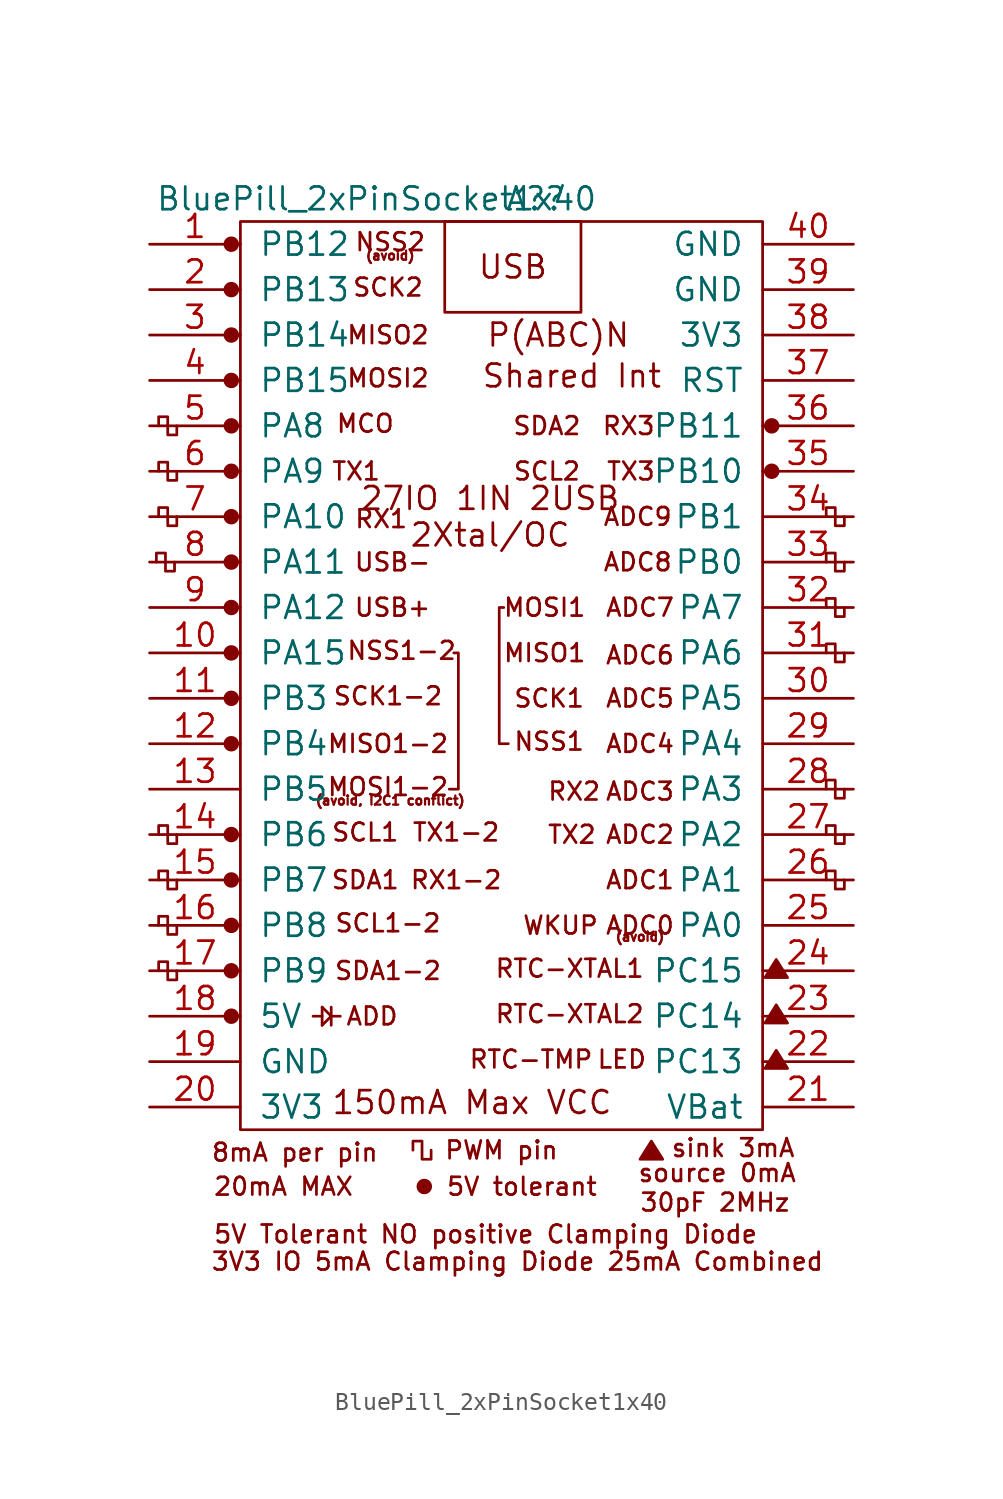
<source format=kicad_sym>
(kicad_symbol_lib
  (version 20231120)
  (generator "kicad_symbol_editor")
  (generator_version "8.0")
  (symbol "BluePill_2xPinSocket1x40"
    (pin_names
      (offset 1.016))
    (property "Reference" "A?"
      (at 16.51 1.27 0)
      (effects (font (size 1.27 1.27))))
    (property "Value" "BluePill_2xPinSocket1x40"
      (at 7.62 1.27 0)
      (effects (font (size 1.27 1.27))))
    (symbol "BluePill_2xPinSocket1x40_0_0"
      (circle (center -0.508 -44.45) (radius 0.356) (stroke (width 0) (type default)) (fill (type outline)))
      (circle (center -0.508 -41.91) (radius 0.356) (stroke (width 0) (type default)) (fill (type outline)))
      (circle (center -0.508 -39.37) (radius 0.356) (stroke (width 0) (type default)) (fill (type outline)))
      (circle (center -0.508 -36.83) (radius 0.356) (stroke (width 0) (type default)) (fill (type outline)))
      (circle (center -0.508 -34.29) (radius 0.356) (stroke (width 0) (type default)) (fill (type outline)))
      (circle (center -0.508 -29.21) (radius 0.356) (stroke (width 0) (type default)) (fill (type outline)))
      (circle (center -0.508 -26.67) (radius 0.356) (stroke (width 0) (type default)) (fill (type outline)))
      (circle (center -0.508 -24.13) (radius 0.356) (stroke (width 0) (type default)) (fill (type outline)))
      (circle (center -0.508 -21.59) (radius 0.356) (stroke (width 0) (type default)) (fill (type outline)))
      (circle (center -0.508 -19.05) (radius 0.356) (stroke (width 0) (type default)) (fill (type outline)))
      (circle (center -0.508 -16.51) (radius 0.356) (stroke (width 0) (type default)) (fill (type outline)))
      (circle (center -0.508 -13.97) (radius 0.356) (stroke (width 0) (type default)) (fill (type outline)))
      (circle (center -0.508 -11.43) (radius 0.356) (stroke (width 0) (type default)) (fill (type outline)))
      (circle (center -0.508 -8.89) (radius 0.356) (stroke (width 0) (type default)) (fill (type outline)))
      (circle (center -0.508 -6.35) (radius 0.356) (stroke (width 0) (type default)) (fill (type outline)))
      (circle (center -0.508 -1.27) (radius 0.356) (stroke (width 0) (type default)) (fill (type outline)))
      (polyline (pts (xy 22.352 -52.451) (xy 22.987 -51.435) (xy 23.622 -52.451) (xy 22.352 -52.451) (xy 22.987 -51.562) (xy 23.495 -52.451) (xy 22.479 -52.324) (xy 22.987 -51.689) (xy 23.368 -52.451) (xy 22.606 -52.197) (xy 23.114 -51.816) (xy 23.241 -52.451) (xy 22.733 -52.07) (xy 23.241 -51.943) (xy 23.114 -52.324) (xy 22.86 -52.07) (xy 23.114 -52.197) (xy 22.987 -51.943)) (stroke (width 0) (type default)) (fill (type none)))
      (polyline (pts (xy 29.337 -47.371) (xy 29.972 -46.355) (xy 30.607 -47.371) (xy 29.337 -47.371) (xy 29.972 -46.482) (xy 30.48 -47.371) (xy 29.464 -47.244) (xy 29.972 -46.609) (xy 30.353 -47.371) (xy 29.591 -47.117) (xy 30.099 -46.736) (xy 30.226 -47.371) (xy 29.718 -46.99) (xy 30.226 -46.863) (xy 30.099 -47.244) (xy 29.845 -46.99) (xy 30.099 -47.117) (xy 29.972 -46.863)) (stroke (width 0) (type default)) (fill (type none)))
      (polyline (pts (xy 29.337 -44.831) (xy 29.972 -43.815) (xy 30.607 -44.831) (xy 29.337 -44.831) (xy 29.972 -43.942) (xy 30.48 -44.831) (xy 29.464 -44.704) (xy 29.972 -44.069) (xy 30.353 -44.831) (xy 29.591 -44.577) (xy 30.099 -44.196) (xy 30.226 -44.831) (xy 29.718 -44.45) (xy 30.226 -44.323) (xy 30.099 -44.704) (xy 29.845 -44.45) (xy 30.099 -44.577) (xy 29.972 -44.323)) (stroke (width 0) (type default)) (fill (type none)))
      (polyline (pts (xy 29.337 -42.291) (xy 29.972 -41.275) (xy 30.607 -42.291) (xy 29.337 -42.291) (xy 29.972 -41.402) (xy 30.48 -42.291) (xy 29.464 -42.164) (xy 29.972 -41.529) (xy 30.353 -42.291) (xy 29.591 -42.037) (xy 30.099 -41.656) (xy 30.226 -42.291) (xy 29.718 -41.91) (xy 30.226 -41.783) (xy 30.099 -42.164) (xy 29.845 -41.91) (xy 30.099 -42.037) (xy 29.972 -41.783)) (stroke (width 0) (type default)) (fill (type none)))
      (rectangle (start 0 0) (end 29.21 -50.8) (stroke (width 0) (type default)) (fill (type none)))
      (circle (center 10.287 -53.975) (radius 0.127) (stroke (width 0) (type default)) (fill (type outline)))
      (circle (center 10.287 -53.975) (radius 0.254) (stroke (width 0) (type default)) (fill (type none)))
      (circle (center 10.287 -53.975) (radius 0.356) (stroke (width 0) (type default)) (fill (type none)))
      (circle (center 29.718 -13.97) (radius 0.254) (stroke (width 0) (type default)) (fill (type outline)))
      (circle (center 29.718 -13.97) (radius 0.356) (stroke (width 0) (type default)) (fill (type none)))
      (circle (center 29.718 -11.43) (radius 0.254) (stroke (width 0) (type default)) (fill (type outline)))
      (circle (center 29.718 -11.43) (radius 0.356) (stroke (width 0) (type default)) (fill (type none)))
      (text "30pF 2MHz" (at 26.543 -54.864 0) (effects (font (size 0.991 0.991))))
      (text "5V tolerant" (at 15.748 -53.975 0) (effects (font (size 0.991 0.991))))
      (text "ADC0" (at 22.352 -39.37 0) (effects (font (size 0.991 0.991))))
      (text "ADC1" (at 22.352 -36.83 0) (effects (font (size 0.991 0.991))))
      (text "ADC2" (at 22.352 -34.29 0) (effects (font (size 0.991 0.991))))
      (text "ADC3" (at 22.352 -31.877 0) (effects (font (size 0.991 0.991))))
      (text "ADC4" (at 22.352 -29.21 0) (effects (font (size 0.991 0.991))))
      (text "ADC8" (at 22.225 -19.05 0) (effects (font (size 0.991 0.991))))
      (text "ADC9" (at 22.225 -16.51 0) (effects (font (size 0.991 0.991))))
      (text "LED" (at 21.336 -46.863 0) (effects (font (size 0.991 0.991))))
      (text "MISO1" (at 17.018 -24.13 0) (effects (font (size 0.991 0.991))))
      (text "MOSI1" (at 17.018 -21.59 0) (effects (font (size 0.991 0.991))))
      (text "NSS1-2" (at 9.017 -24.003 0) (effects (font (size 0.991 0.991))))
      (text "P(ABC)N" (at 17.78 -6.35 0) (effects (font (size 1.27 1.27))))
      (text "PWM pin" (at 14.605 -51.943 0) (effects (font (size 0.991 0.991))))
      (text "RX1" (at 7.874 -16.637 0) (effects (font (size 0.991 0.991))))
      (text "RX2" (at 18.669 -31.877 0) (effects (font (size 0.991 0.991))))
      (text "RX3" (at 21.717 -11.43 0) (effects (font (size 0.991 0.991))))
      (text "SCK1" (at 17.272 -26.67 0) (effects (font (size 0.991 0.991))))
      (text "SCL1" (at 6.985 -34.163 0) (effects (font (size 0.991 0.991))))
      (text "SDA1" (at 6.985 -36.83 0) (effects (font (size 0.991 0.991))))
      (text "Shared Int" (at 18.542 -8.636 0) (effects (font (size 1.27 1.27))))
      (text "sink 3mA" (at 27.559 -51.816 0) (effects (font (size 0.991 0.991))))
      (text "source 0mA" (at 26.67 -53.213 0) (effects (font (size 0.991 0.991))))
      (text "TX1" (at 6.477 -13.97 0) (effects (font (size 0.991 0.991))))
      (text "TX2" (at 18.542 -34.29 0) (effects (font (size 0.991 0.991))))
      (text "TX3" (at 21.844 -13.97 0) (effects (font (size 0.991 0.991))))
      (text "USB" (at 15.24 -2.54 0) (effects (font (size 1.27 1.27))))
      (text "USB+" (at 8.509 -21.59 0) (effects (font (size 0.991 0.991))))
      (text "USB-" (at 8.509 -19.05 0) (effects (font (size 0.991 0.991)))))
    (symbol "BluePill_2xPinSocket1x40_0_1"
      (polyline (pts (xy 11.938 -24.13) (xy 12.192 -24.13) (xy 12.192 -31.75) (xy 11.684 -31.75)) (stroke (width 0) (type default)) (fill (type none)))
      (polyline (pts (xy 14.732 -21.59) (xy 14.478 -21.59) (xy 14.478 -29.21) (xy 14.986 -29.21)) (stroke (width 0) (type default)) (fill (type none)))
      (polyline (pts (xy -3.683 -19.05) (xy -3.683 -19.558) (xy -4.191 -19.558) (xy -4.191 -18.542) (xy -4.699 -18.542) (xy -4.699 -19.05)) (stroke (width 0) (type default)) (fill (type none)))
      (polyline (pts (xy -3.556 -41.91) (xy -3.556 -42.418) (xy -4.064 -42.418) (xy -4.064 -41.402) (xy -4.572 -41.402) (xy -4.572 -41.91)) (stroke (width 0) (type default)) (fill (type none)))
      (polyline (pts (xy -3.556 -39.37) (xy -3.556 -39.878) (xy -4.064 -39.878) (xy -4.064 -38.862) (xy -4.572 -38.862) (xy -4.572 -39.37)) (stroke (width 0) (type default)) (fill (type none)))
      (polyline (pts (xy -3.556 -36.83) (xy -3.556 -37.338) (xy -4.064 -37.338) (xy -4.064 -36.322) (xy -4.572 -36.322) (xy -4.572 -36.83)) (stroke (width 0) (type default)) (fill (type none)))
      (polyline (pts (xy -3.556 -34.29) (xy -3.556 -34.798) (xy -4.064 -34.798) (xy -4.064 -33.782) (xy -4.572 -33.782) (xy -4.572 -34.29)) (stroke (width 0) (type default)) (fill (type none)))
      (polyline (pts (xy -3.556 -16.51) (xy -3.556 -17.018) (xy -4.064 -17.018) (xy -4.064 -16.002) (xy -4.572 -16.002) (xy -4.572 -16.51)) (stroke (width 0) (type default)) (fill (type none)))
      (polyline (pts (xy -3.556 -13.97) (xy -3.556 -14.478) (xy -4.064 -14.478) (xy -4.064 -13.462) (xy -4.572 -13.462) (xy -4.572 -13.97)) (stroke (width 0) (type default)) (fill (type none)))
      (polyline (pts (xy -3.556 -11.43) (xy -3.556 -11.938) (xy -4.064 -11.938) (xy -4.064 -10.922) (xy -4.572 -10.922) (xy -4.572 -11.43)) (stroke (width 0) (type default)) (fill (type none)))
      (polyline (pts (xy 10.668 -51.943) (xy 10.668 -52.451) (xy 10.16 -52.451) (xy 10.16 -51.435) (xy 9.652 -51.435) (xy 9.652 -51.943)) (stroke (width 0) (type default)) (fill (type none)))
      (polyline (pts (xy 33.782 -36.83) (xy 33.782 -37.338) (xy 33.274 -37.338) (xy 33.274 -36.322) (xy 32.766 -36.322) (xy 32.766 -36.83)) (stroke (width 0) (type default)) (fill (type none)))
      (polyline (pts (xy 33.782 -34.29) (xy 33.782 -34.798) (xy 33.274 -34.798) (xy 33.274 -33.782) (xy 32.766 -33.782) (xy 32.766 -34.29)) (stroke (width 0) (type default)) (fill (type none)))
      (polyline (pts (xy 33.782 -31.75) (xy 33.782 -32.258) (xy 33.274 -32.258) (xy 33.274 -31.242) (xy 32.766 -31.242) (xy 32.766 -31.75)) (stroke (width 0) (type default)) (fill (type none)))
      (polyline (pts (xy 33.782 -24.13) (xy 33.782 -24.638) (xy 33.274 -24.638) (xy 33.274 -23.622) (xy 32.766 -23.622) (xy 32.766 -24.13)) (stroke (width 0) (type default)) (fill (type none)))
      (polyline (pts (xy 33.782 -21.59) (xy 33.782 -22.098) (xy 33.274 -22.098) (xy 33.274 -21.082) (xy 32.766 -21.082) (xy 32.766 -21.59)) (stroke (width 0) (type default)) (fill (type none)))
      (polyline (pts (xy 33.782 -19.05) (xy 33.782 -19.558) (xy 33.274 -19.558) (xy 33.274 -18.542) (xy 32.766 -18.542) (xy 32.766 -19.05)) (stroke (width 0) (type default)) (fill (type none)))
      (polyline (pts (xy 33.782 -16.51) (xy 33.782 -17.018) (xy 33.274 -17.018) (xy 33.274 -16.002) (xy 32.766 -16.002) (xy 32.766 -16.51)) (stroke (width 0) (type default)) (fill (type none)))
      (rectangle (start 19.05 0) (end 11.43 -5.08) (stroke (width 0) (type default)) (fill (type none))))
    (symbol "BluePill_2xPinSocket1x40_1_1"
      (circle (center -0.508 -3.81) (radius 0.356) (stroke (width 0) (type default)) (fill (type outline)))
      (polyline (pts (xy 4.572 -44.958) (xy 4.572 -43.942)) (stroke (width 0) (type default)) (fill (type none)))
      (polyline (pts (xy 4.572 -44.45) (xy 4.064 -44.45)) (stroke (width 0) (type default)) (fill (type none)))
      (polyline (pts (xy 5.08 -44.958) (xy 5.08 -43.942)) (stroke (width 0) (type default)) (fill (type none)))
      (polyline (pts (xy 5.08 -44.45) (xy 5.588 -44.45)) (stroke (width 0) (type default)) (fill (type none)))
      (polyline (pts (xy 4.572 -44.958) (xy 5.08 -44.45) (xy 4.572 -43.942)) (stroke (width 0) (type default)) (fill (type none)))
      (text "(avoid)" (at 8.382 -1.905 0) (effects (font (size 0.508 0.508))))
      (text "(avoid)" (at 22.352 -40.005 0) (effects (font (size 0.508 0.508))))
      (text "(avoid, I2C1 conflict)" (at 8.382 -32.385 0) (effects (font (size 0.508 0.508))))
      (text "150mA Max VCC" (at 12.954 -49.276 0) (effects (font (size 1.27 1.27))))
      (text "20mA MAX" (at 2.413 -53.975 0) (effects (font (size 0.991 0.991))))
      (text "27IO 1IN 2USB\n2Xtal/OC" (at 13.97 -16.51 0) (effects (font (size 1.27 1.27))))
      (text "3V3 IO 5mA Clamping Diode 25mA Combined" (at 15.494 -58.166 0) (effects (font (size 0.991 0.991))))
      (text "5V Tolerant NO positive Clamping Diode" (at 13.716 -56.642 0) (effects (font (size 0.991 0.991))))
      (text "8mA per pin" (at 3.048 -52.07 0) (effects (font (size 0.991 0.991))))
      (text "ADC5" (at 22.352 -26.67 0) (effects (font (size 0.991 0.991))))
      (text "ADC6" (at 22.352 -24.257 0) (effects (font (size 0.991 0.991))))
      (text "ADC7" (at 22.352 -21.59 0) (effects (font (size 0.991 0.991))))
      (text "ADD" (at 7.366 -44.45 0) (effects (font (size 0.991 0.991))))
      (text "MCO" (at 6.985 -11.303 0) (effects (font (size 0.991 0.991))))
      (text "MISO1-2" (at 8.255 -29.21 0) (effects (font (size 0.991 0.991))))
      (text "MISO2" (at 8.255 -6.35 0) (effects (font (size 0.991 0.991))))
      (text "MOSI1-2" (at 8.255 -31.623 0) (effects (font (size 0.991 0.991))))
      (text "MOSI2" (at 8.255 -8.763 0) (effects (font (size 0.991 0.991))))
      (text "NSS1" (at 17.272 -29.083 0) (effects (font (size 0.991 0.991))))
      (text "NSS2" (at 8.382 -1.143 0) (effects (font (size 0.991 0.991))))
      (text "RTC-TMP" (at 16.256 -46.863 0) (effects (font (size 0.991 0.991))))
      (text "RTC-XTAL1" (at 18.415 -41.783 0) (effects (font (size 0.991 0.991))))
      (text "RTC-XTAL2" (at 18.415 -44.323 0) (effects (font (size 0.991 0.991))))
      (text "RX1-2" (at 12.065 -36.83 0) (effects (font (size 0.991 0.991))))
      (text "SCK1-2" (at 8.255 -26.543 0) (effects (font (size 0.991 0.991))))
      (text "SCK2" (at 8.255 -3.683 0) (effects (font (size 0.991 0.991))))
      (text "SCL1-2" (at 8.255 -39.243 0) (effects (font (size 0.991 0.991))))
      (text "SCL2" (at 17.145 -13.97 0) (effects (font (size 0.991 0.991))))
      (text "SDA1-2" (at 8.255 -41.91 0) (effects (font (size 0.991 0.991))))
      (text "SDA2" (at 17.145 -11.43 0) (effects (font (size 0.991 0.991))))
      (text "TX1-2" (at 12.065 -34.163 0) (effects (font (size 0.991 0.991))))
      (text "WKUP" (at 17.907 -39.37 0) (effects (font (size 0.991 0.991))))
      (pin bidirectional line (at -5.08 -1.27 0) (length 5.08) (name "PB12" (effects (font (size 1.27 1.27)))) (number "1" (effects (font (size 1.27 1.27)))))
      (pin bidirectional line (at -5.08 -24.13 0) (length 5.08) (name "PA15" (effects (font (size 1.27 1.27)))) (number "10" (effects (font (size 1.27 1.27)))))
      (pin bidirectional line (at -5.08 -26.67 0) (length 5.08) (name "PB3" (effects (font (size 1.27 1.27)))) (number "11" (effects (font (size 1.27 1.27)))))
      (pin bidirectional line (at -5.08 -29.21 0) (length 5.08) (name "PB4" (effects (font (size 1.27 1.27)))) (number "12" (effects (font (size 1.27 1.27)))))
      (pin bidirectional line (at -5.08 -31.75 0) (length 5.08) (name "PB5" (effects (font (size 1.27 1.27)))) (number "13" (effects (font (size 1.27 1.27)))))
      (pin bidirectional line (at -5.08 -34.29 0) (length 5.08) (name "PB6" (effects (font (size 1.27 1.27)))) (number "14" (effects (font (size 1.27 1.27)))))
      (pin bidirectional line (at -5.08 -36.83 0) (length 5.08) (name "PB7" (effects (font (size 1.27 1.27)))) (number "15" (effects (font (size 1.27 1.27)))))
      (pin bidirectional line (at -5.08 -39.37 0) (length 5.08) (name "PB8" (effects (font (size 1.27 1.27)))) (number "16" (effects (font (size 1.27 1.27)))))
      (pin bidirectional line (at -5.08 -41.91 0) (length 5.08) (name "PB9" (effects (font (size 1.27 1.27)))) (number "17" (effects (font (size 1.27 1.27)))))
      (pin power_in line (at -5.08 -44.45 0) (length 5.08) (name "5V" (effects (font (size 1.27 1.27)))) (number "18" (effects (font (size 1.27 1.27)))))
      (pin power_in line (at -5.08 -46.99 0) (length 5.08) (name "GND" (effects (font (size 1.27 1.27)))) (number "19" (effects (font (size 1.27 1.27)))))
      (pin bidirectional line (at -5.08 -3.81 0) (length 5.08) (name "PB13" (effects (font (size 1.27 1.27)))) (number "2" (effects (font (size 1.27 1.27)))))
      (pin power_out line (at -5.08 -49.53 0) (length 5.08) (name "3V3" (effects (font (size 1.27 1.27)))) (number "20" (effects (font (size 1.27 1.27)))))
      (pin input line (at 34.29 -49.53 180) (length 5.08) (name "VBat" (effects (font (size 1.27 1.27)))) (number "21" (effects (font (size 1.27 1.27)))))
      (pin open_collector line (at 34.29 -46.99 180) (length 5.08) (name "PC13" (effects (font (size 1.27 1.27)))) (number "22" (effects (font (size 1.27 1.27)))))
      (pin open_collector line (at 34.29 -44.45 180) (length 5.08) (name "PC14" (effects (font (size 1.27 1.27)))) (number "23" (effects (font (size 1.27 1.27)))))
      (pin open_collector line (at 34.29 -41.91 180) (length 5.08) (name "PC15" (effects (font (size 1.27 1.27)))) (number "24" (effects (font (size 1.27 1.27)))))
      (pin bidirectional line (at 34.29 -39.37 180) (length 5.08) (name "PA0" (effects (font (size 1.27 1.27)))) (number "25" (effects (font (size 1.27 1.27)))))
      (pin bidirectional line (at 34.29 -36.83 180) (length 5.08) (name "PA1" (effects (font (size 1.27 1.27)))) (number "26" (effects (font (size 1.27 1.27)))))
      (pin bidirectional line (at 34.29 -34.29 180) (length 5.08) (name "PA2" (effects (font (size 1.27 1.27)))) (number "27" (effects (font (size 1.27 1.27)))))
      (pin bidirectional line (at 34.29 -31.75 180) (length 5.08) (name "PA3" (effects (font (size 1.27 1.27)))) (number "28" (effects (font (size 1.27 1.27)))))
      (pin bidirectional line (at 34.29 -29.21 180) (length 5.08) (name "PA4" (effects (font (size 1.27 1.27)))) (number "29" (effects (font (size 1.27 1.27)))))
      (pin bidirectional line (at -5.08 -6.35 0) (length 5.08) (name "PB14" (effects (font (size 1.27 1.27)))) (number "3" (effects (font (size 1.27 1.27)))))
      (pin bidirectional line (at 34.29 -26.67 180) (length 5.08) (name "PA5" (effects (font (size 1.27 1.27)))) (number "30" (effects (font (size 1.27 1.27)))))
      (pin bidirectional line (at 34.29 -24.13 180) (length 5.08) (name "PA6" (effects (font (size 1.27 1.27)))) (number "31" (effects (font (size 1.27 1.27)))))
      (pin bidirectional line (at 34.29 -21.59 180) (length 5.08) (name "PA7" (effects (font (size 1.27 1.27)))) (number "32" (effects (font (size 1.27 1.27)))))
      (pin bidirectional line (at 34.29 -19.05 180) (length 5.08) (name "PB0" (effects (font (size 1.27 1.27)))) (number "33" (effects (font (size 1.27 1.27)))))
      (pin bidirectional line (at 34.29 -16.51 180) (length 5.08) (name "PB1" (effects (font (size 1.27 1.27)))) (number "34" (effects (font (size 1.27 1.27)))))
      (pin bidirectional line (at 34.29 -13.97 180) (length 5.08) (name "PB10" (effects (font (size 1.27 1.27)))) (number "35" (effects (font (size 1.27 1.27)))))
      (pin bidirectional line (at 34.29 -11.43 180) (length 5.08) (name "PB11" (effects (font (size 1.27 1.27)))) (number "36" (effects (font (size 1.27 1.27)))))
      (pin input line (at 34.29 -8.89 180) (length 5.08) (name "RST" (effects (font (size 1.27 1.27)))) (number "37" (effects (font (size 1.27 1.27)))))
      (pin power_out line (at 34.29 -6.35 180) (length 5.08) (name "3V3" (effects (font (size 1.27 1.27)))) (number "38" (effects (font (size 1.27 1.27)))))
      (pin power_in line (at 34.29 -3.81 180) (length 5.08) (name "GND" (effects (font (size 1.27 1.27)))) (number "39" (effects (font (size 1.27 1.27)))))
      (pin bidirectional line (at -5.08 -8.89 0) (length 5.08) (name "PB15" (effects (font (size 1.27 1.27)))) (number "4" (effects (font (size 1.27 1.27)))))
      (pin power_in line (at 34.29 -1.27 180) (length 5.08) (name "GND" (effects (font (size 1.27 1.27)))) (number "40" (effects (font (size 1.27 1.27)))))
      (pin bidirectional line (at -5.08 -11.43 0) (length 5.08) (name "PA8" (effects (font (size 1.27 1.27)))) (number "5" (effects (font (size 1.27 1.27)))))
      (pin bidirectional line (at -5.08 -13.97 0) (length 5.08) (name "PA9" (effects (font (size 1.27 1.27)))) (number "6" (effects (font (size 1.27 1.27)))))
      (pin bidirectional line (at -5.08 -16.51 0) (length 5.08) (name "PA10" (effects (font (size 1.27 1.27)))) (number "7" (effects (font (size 1.27 1.27)))))
      (pin bidirectional line (at -5.08 -19.05 0) (length 5.08) (name "PA11" (effects (font (size 1.27 1.27)))) (number "8" (effects (font (size 1.27 1.27)))))
      (pin bidirectional line (at -5.08 -21.59 0) (length 5.08) (name "PA12" (effects (font (size 1.27 1.27)))) (number "9" (effects (font (size 1.27 1.27))))))))
</source>
